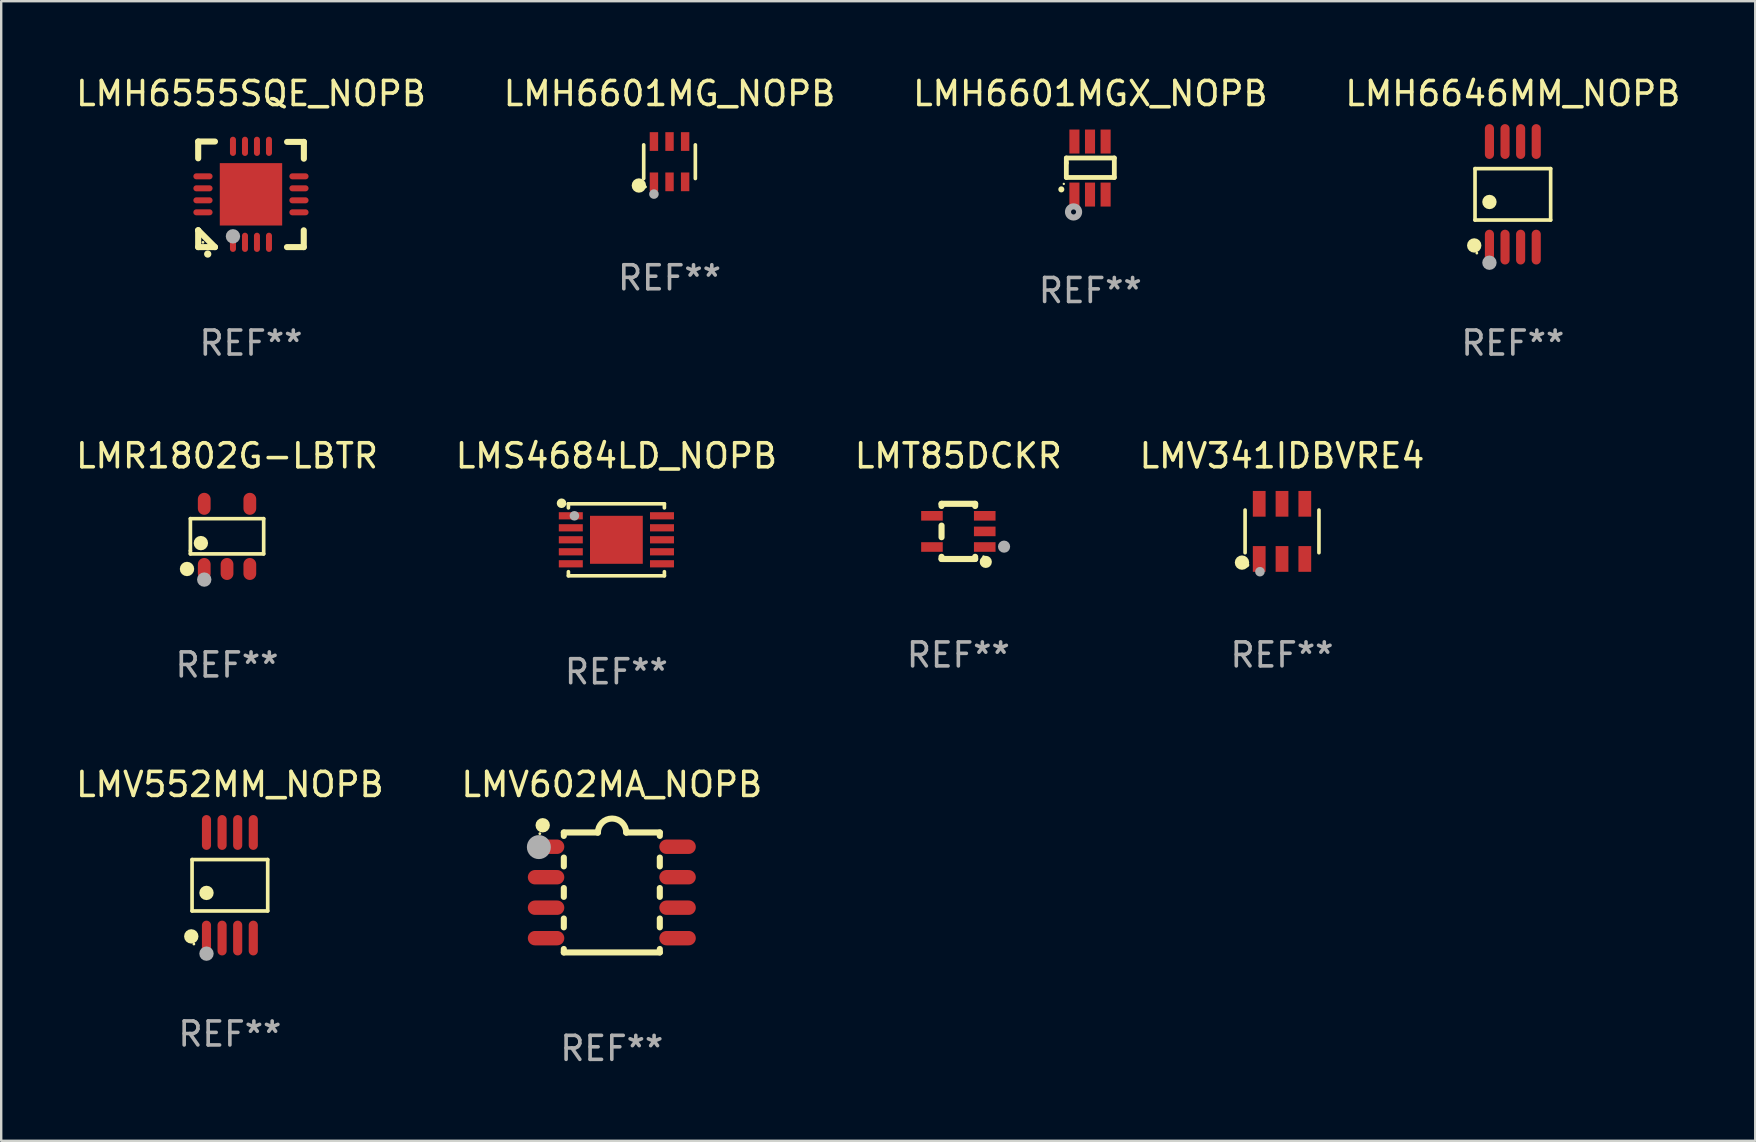
<source format=kicad_pcb>
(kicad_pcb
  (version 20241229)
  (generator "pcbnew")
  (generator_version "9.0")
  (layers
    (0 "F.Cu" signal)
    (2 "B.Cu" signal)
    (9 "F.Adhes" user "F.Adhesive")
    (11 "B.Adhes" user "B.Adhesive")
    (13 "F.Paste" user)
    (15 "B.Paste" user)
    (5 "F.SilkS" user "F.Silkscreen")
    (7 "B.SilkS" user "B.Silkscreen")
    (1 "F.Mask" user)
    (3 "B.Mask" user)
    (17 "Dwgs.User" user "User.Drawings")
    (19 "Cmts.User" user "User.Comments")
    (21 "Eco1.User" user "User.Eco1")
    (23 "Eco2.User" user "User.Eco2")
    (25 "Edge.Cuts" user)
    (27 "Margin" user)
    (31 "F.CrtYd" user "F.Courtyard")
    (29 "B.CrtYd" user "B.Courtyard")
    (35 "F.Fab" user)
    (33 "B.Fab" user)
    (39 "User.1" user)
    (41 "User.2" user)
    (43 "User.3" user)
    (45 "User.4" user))
  (footprint "LMV602MA_NOPB"
    (layer "F.Cu")
    (at 22.446 34.141)
    (property "Reference" "LMV602MA_NOPB" (at 0 -4.5 0) (layer "F.SilkS") (effects (font (size 1 1) (thickness 0.15))))
    (attr through_hole)
    (fp_line (start -2 -2.5) (end -2 -2.356) (stroke (width 0.254) (type solid)) (layer "F.SilkS"))
    (fp_line (start -2 -1.454) (end -2 -1.086) (stroke (width 0.254) (type solid)) (layer "F.SilkS"))
    (fp_line (start -2 -0.184) (end -2 0.184) (stroke (width 0.254) (type solid)) (layer "F.SilkS"))
    (fp_line (start -2 1.086) (end -2 1.454) (stroke (width 0.254) (type solid)) (layer "F.SilkS"))
    (fp_line (start -2 2.356) (end -2 2.5) (stroke (width 0.254) (type solid)) (layer "F.SilkS"))
    (fp_line (start -0.58 -2.5) (end -2 -2.5) (stroke (width 0.254) (type solid)) (layer "F.SilkS"))
    (fp_line (start 2 -2.5) (end 0.6 -2.5) (stroke (width 0.254) (type solid)) (layer "F.SilkS"))
    (fp_line (start 2 -2.5) (end 2 -2.356) (stroke (width 0.254) (type solid)) (layer "F.SilkS"))
    (fp_line (start 2 -1.454) (end 2 -1.086) (stroke (width 0.254) (type solid)) (layer "F.SilkS"))
    (fp_line (start 2 -0.184) (end 2 0.184) (stroke (width 0.254) (type solid)) (layer "F.SilkS"))
    (fp_line (start 2 1.086) (end 2 1.454) (stroke (width 0.254) (type solid)) (layer "F.SilkS"))
    (fp_line (start 2 2.356) (end 2 2.5) (stroke (width 0.254) (type solid)) (layer "F.SilkS"))
    (fp_line (start 2 2.5) (end -2 2.5) (stroke (width 0.254) (type solid)) (layer "F.SilkS"))
    (fp_arc (start -0.579908 -2.489992) (mid 0.010097 -3.07831) (end 0.600102 -2.489992) (stroke (width 0.254001) (type solid)) (layer "F.SilkS"))
    (fp_circle (center -3 -2.45) (end -2.97 -2.45) (stroke (width 0.06) (type solid)) (fill no) (layer "F.SilkS"))
    (fp_circle (center -2.88 -2.8) (end -2.73 -2.8) (stroke (width 0.3) (type solid)) (fill no) (layer "F.SilkS"))
    (fp_circle (center -3.04 -1.89) (end -2.79 -1.89) (stroke (width 0.5) (type solid)) (fill no) (layer "F.Fab"))
    (fp_text user "REF**" (at 0 6.5 0) (layer "F.Fab") (effects (font (size 1 1) (thickness 0.15))))
    (pad "1" smd oval (at -2.74 -1.905 90) (size 0.6 1.52) (layers "F.Cu" "F.Mask" "F.Paste"))
    (pad "2" smd oval (at -2.74 -0.635 90) (size 0.6 1.52) (layers "F.Cu" "F.Mask" "F.Paste"))
    (pad "3" smd oval (at -2.74 0.635 90) (size 0.6 1.52) (layers "F.Cu" "F.Mask" "F.Paste"))
    (pad "4" smd oval (at -2.74 1.905 90) (size 0.6 1.52) (layers "F.Cu" "F.Mask" "F.Paste"))
    (pad "5" smd oval (at 2.74 1.905 90) (size 0.6 1.52) (layers "F.Cu" "F.Mask" "F.Paste"))
    (pad "6" smd oval (at 2.74 0.635 90) (size 0.6 1.52) (layers "F.Cu" "F.Mask" "F.Paste"))
    (pad "7" smd oval (at 2.74 -0.635 90) (size 0.6 1.52) (layers "F.Cu" "F.Mask" "F.Paste"))
    (pad "8" smd oval (at 2.74 -1.905 90) (size 0.6 1.52) (layers "F.Cu" "F.Mask" "F.Paste")))
  (footprint "LMV552MM_NOPB"
    (layer "F.Cu")
    (at 6.53 33.841)
    (property "Reference" "LMV552MM_NOPB" (at 0 -4.2 0) (layer "F.SilkS") (effects (font (size 1 1) (thickness 0.15))))
    (attr through_hole)
    (fp_line (start -1.576 -1.071) (end 1.576 -1.071) (stroke (width 0.152) (type solid)) (layer "F.SilkS"))
    (fp_line (start -1.576 1.071) (end -1.576 -1.071) (stroke (width 0.152) (type solid)) (layer "F.SilkS"))
    (fp_line (start 1.576 -1.071) (end 1.576 1.071) (stroke (width 0.152) (type solid)) (layer "F.SilkS"))
    (fp_line (start 1.576 1.071) (end -1.576 1.071) (stroke (width 0.152) (type solid)) (layer "F.SilkS"))
    (fp_circle (center -1.609 2.131) (end -1.459 2.131) (stroke (width 0.3) (type solid)) (fill no) (layer "F.SilkS"))
    (fp_circle (center -1.5 2.45) (end -1.47 2.45) (stroke (width 0.06) (type solid)) (fill no) (layer "F.SilkS"))
    (fp_circle (center -0.975 0.319) (end -0.825 0.319) (stroke (width 0.3) (type solid)) (fill no) (layer "F.SilkS"))
    (fp_circle (center -0.975 2.85) (end -0.825 2.85) (stroke (width 0.3) (type solid)) (fill no) (layer "F.Fab"))
    (fp_text user "REF**" (at 0 6.2 0) (layer "F.Fab") (effects (font (size 1 1) (thickness 0.15))))
    (pad "1" smd oval (at -0.975 2.2) (size 0.38 1.45) (layers "F.Cu" "F.Mask" "F.Paste"))
    (pad "2" smd oval (at -0.325 2.2) (size 0.38 1.45) (layers "F.Cu" "F.Mask" "F.Paste"))
    (pad "3" smd oval (at 0.325 2.2) (size 0.38 1.45) (layers "F.Cu" "F.Mask" "F.Paste"))
    (pad "4" smd oval (at 0.975 2.2) (size 0.38 1.45) (layers "F.Cu" "F.Mask" "F.Paste"))
    (pad "5" smd oval (at 0.975 -2.2) (size 0.38 1.45) (layers "F.Cu" "F.Mask" "F.Paste"))
    (pad "6" smd oval (at 0.325 -2.2) (size 0.38 1.45) (layers "F.Cu" "F.Mask" "F.Paste"))
    (pad "7" smd oval (at -0.325 -2.2) (size 0.38 1.45) (layers "F.Cu" "F.Mask" "F.Paste"))
    (pad "8" smd oval (at -0.975 -2.2) (size 0.38 1.45) (layers "F.Cu" "F.Mask" "F.Paste")))
  (footprint "LMH6601MGX_NOPB"
    (layer "F.Cu")
    (at 42.387 3.953)
    (property "Reference" "LMH6601MGX_NOPB" (at 0 -3.105 0) (layer "F.SilkS") (effects (font (size 1 1) (thickness 0.15))))
    (attr through_hole)
    (fp_line (start -1 -0.419) (end -1 -0.213) (stroke (width 0.2) (type solid)) (layer "F.SilkS"))
    (fp_line (start -1 -0.213) (end -1 0.393) (stroke (width 0.2) (type solid)) (layer "F.SilkS"))
    (fp_line (start -1 0.393) (end 1 0.393) (stroke (width 0.2) (type solid)) (layer "F.SilkS"))
    (fp_line (start 1 -0.419) (end -1 -0.419) (stroke (width 0.2) (type solid)) (layer "F.SilkS"))
    (fp_line (start 1 0.393) (end 1 -0.419) (stroke (width 0.2) (type solid)) (layer "F.SilkS"))
    (fp_arc (start -1.208509 0.890272) (mid -1.208515 0.889002) (end -1.208509 0.887732) (stroke (width 0.25) (type solid)) (layer "F.SilkS"))
    (fp_circle (center -1.105 0.66) (end -1.08 0.66) (stroke (width 0.05) (type solid)) (fill no) (layer "F.SilkS"))
    (fp_circle (center -0.699 1.829) (end -0.594 1.829) (stroke (width 0.254) (type solid)) (fill no) (layer "F.Fab"))
    (fp_text user "REF**" (at 0 5.105 0) (layer "F.Fab") (effects (font (size 1 1) (thickness 0.15))))
    (pad "1" smd rect (at -0.663 1.105) (size 0.42 1) (layers "F.Cu" "F.Mask" "F.Paste"))
    (pad "2" smd rect (at -0.013 1.105) (size 0.42 1) (layers "F.Cu" "F.Mask" "F.Paste"))
    (pad "3" smd rect (at 0.637 1.105) (size 0.42 1) (layers "F.Cu" "F.Mask" "F.Paste"))
    (pad "4" smd rect (at 0.637 -1.105 180) (size 0.42 1) (layers "F.Cu" "F.Mask" "F.Paste"))
    (pad "5" smd rect (at -0.013 -1.105 180) (size 0.42 1) (layers "F.Cu" "F.Mask" "F.Paste"))
    (pad "6" smd rect (at -0.663 -1.105 180) (size 0.42 1) (layers "F.Cu" "F.Mask" "F.Paste")))
  (footprint "LMT85DCKR"
    (layer "F.Cu")
    (at 36.887 19.095)
    (property "Reference" "LMT85DCKR" (at 0 -3.15 0) (layer "F.SilkS") (effects (font (size 1 1) (thickness 0.15))))
    (attr through_hole)
    (fp_line (start -0.7 -1.15) (end 0.7 -1.15) (stroke (width 0.254) (type solid)) (layer "F.SilkS"))
    (fp_line (start -0.7 -1.058) (end -0.7 -1.15) (stroke (width 0.254) (type solid)) (layer "F.SilkS"))
    (fp_line (start -0.7 0.242) (end -0.7 -0.242) (stroke (width 0.254) (type solid)) (layer "F.SilkS"))
    (fp_line (start -0.7 1.15) (end -0.7 1.058) (stroke (width 0.254) (type solid)) (layer "F.SilkS"))
    (fp_line (start -0.7 1.15) (end 0.7 1.15) (stroke (width 0.254) (type solid)) (layer "F.SilkS"))
    (fp_line (start 0.7 -1.058) (end 0.7 -1.15) (stroke (width 0.254) (type solid)) (layer "F.SilkS"))
    (fp_line (start 0.7 1.15) (end 0.7 1.058) (stroke (width 0.254) (type solid)) (layer "F.SilkS"))
    (fp_circle (center 1.053 1.052) (end 1.083 1.052) (stroke (width 0.06) (type solid)) (fill no) (layer "F.SilkS"))
    (fp_circle (center 1.143 1.27) (end 1.27 1.27) (stroke (width 0.254) (type solid)) (fill no) (layer "F.SilkS"))
    (fp_circle (center 1.905 0.635) (end 2.032 0.635) (stroke (width 0.254) (type solid)) (fill no) (layer "F.Fab"))
    (fp_text user "REF**" (at 0 5.15 0) (layer "F.Fab") (effects (font (size 1 1) (thickness 0.15))))
    (pad "1" smd rect (at 1.1 0.65 90) (size 0.4 0.9) (layers "F.Cu" "F.Mask" "F.Paste"))
    (pad "2" smd rect (at 1.1 0.000025 90) (size 0.4 0.9) (layers "F.Cu" "F.Mask" "F.Paste"))
    (pad "3" smd rect (at 1.1 -0.65 90) (size 0.4 0.9) (layers "F.Cu" "F.Mask" "F.Paste"))
    (pad "4" smd rect (at -1.1 -0.65 90) (size 0.4 0.9) (layers "F.Cu" "F.Mask" "F.Paste"))
    (pad "5" smd rect (at -1.1 0.65 90) (size 0.4 0.9) (layers "F.Cu" "F.Mask" "F.Paste")))
  (footprint "LMH6601MG_NOPB"
    (layer "F.Cu")
    (at 24.851 3.688)
    (property "Reference" "LMH6601MG_NOPB" (at 0 -2.84 0) (layer "F.SilkS") (effects (font (size 1 1) (thickness 0.15))))
    (attr through_hole)
    (fp_line (start -1.076 0.701) (end -1.076 -0.701) (stroke (width 0.152) (type solid)) (layer "F.SilkS"))
    (fp_line (start 1.076 0.701) (end 1.076 -0.701) (stroke (width 0.152) (type solid)) (layer "F.SilkS"))
    (fp_circle (center -1.277 0.992) (end -1.127 0.992) (stroke (width 0.3) (type solid)) (fill no) (layer "F.SilkS"))
    (fp_circle (center -1 1.05) (end -0.97 1.05) (stroke (width 0.06) (type solid)) (fill no) (layer "F.SilkS"))
    (fp_circle (center -0.65 1.35) (end -0.55 1.35) (stroke (width 0.2) (type solid)) (fill no) (layer "F.Fab"))
    (fp_text user "REF**" (at 0 4.84 0) (layer "F.Fab") (effects (font (size 1 1) (thickness 0.15))))
    (pad "1" smd rect (at -0.65 0.84) (size 0.35 0.78) (layers "F.Cu" "F.Mask" "F.Paste"))
    (pad "2" smd rect (at 0 0.84) (size 0.35 0.78) (layers "F.Cu" "F.Mask" "F.Paste"))
    (pad "3" smd rect (at 0.65 0.84) (size 0.35 0.78) (layers "F.Cu" "F.Mask" "F.Paste"))
    (pad "4" smd rect (at 0.65 -0.84) (size 0.35 0.78) (layers "F.Cu" "F.Mask" "F.Paste"))
    (pad "5" smd rect (at 0 -0.84) (size 0.35 0.78) (layers "F.Cu" "F.Mask" "F.Paste"))
    (pad "6" smd rect (at -0.65 -0.84) (size 0.35 0.78) (layers "F.Cu" "F.Mask" "F.Paste")))
  (footprint "LMH6646MM_NOPB"
    (layer "F.Cu")
    (at 59.994 5.048)
    (property "Reference" "LMH6646MM_NOPB" (at 0 -4.2 0) (layer "F.SilkS") (effects (font (size 1 1) (thickness 0.15))))
    (attr through_hole)
    (fp_line (start -1.576 -1.071) (end 1.576 -1.071) (stroke (width 0.152) (type solid)) (layer "F.SilkS"))
    (fp_line (start -1.576 1.071) (end -1.576 -1.071) (stroke (width 0.152) (type solid)) (layer "F.SilkS"))
    (fp_line (start 1.576 -1.071) (end 1.576 1.071) (stroke (width 0.152) (type solid)) (layer "F.SilkS"))
    (fp_line (start 1.576 1.071) (end -1.576 1.071) (stroke (width 0.152) (type solid)) (layer "F.SilkS"))
    (fp_circle (center -1.609 2.131) (end -1.459 2.131) (stroke (width 0.3) (type solid)) (fill no) (layer "F.SilkS"))
    (fp_circle (center -1.5 2.45) (end -1.47 2.45) (stroke (width 0.06) (type solid)) (fill no) (layer "F.SilkS"))
    (fp_circle (center -0.975 0.319) (end -0.825 0.319) (stroke (width 0.3) (type solid)) (fill no) (layer "F.SilkS"))
    (fp_circle (center -0.975 2.85) (end -0.825 2.85) (stroke (width 0.3) (type solid)) (fill no) (layer "F.Fab"))
    (fp_text user "REF**" (at 0 6.2 0) (layer "F.Fab") (effects (font (size 1 1) (thickness 0.15))))
    (pad "1" smd oval (at -0.975 2.2) (size 0.38 1.45) (layers "F.Cu" "F.Mask" "F.Paste"))
    (pad "2" smd oval (at -0.325 2.2) (size 0.38 1.45) (layers "F.Cu" "F.Mask" "F.Paste"))
    (pad "3" smd oval (at 0.325 2.2) (size 0.38 1.45) (layers "F.Cu" "F.Mask" "F.Paste"))
    (pad "4" smd oval (at 0.975 2.2) (size 0.38 1.45) (layers "F.Cu" "F.Mask" "F.Paste"))
    (pad "5" smd oval (at 0.975 -2.2) (size 0.38 1.45) (layers "F.Cu" "F.Mask" "F.Paste"))
    (pad "6" smd oval (at 0.325 -2.2) (size 0.38 1.45) (layers "F.Cu" "F.Mask" "F.Paste"))
    (pad "7" smd oval (at -0.325 -2.2) (size 0.38 1.45) (layers "F.Cu" "F.Mask" "F.Paste"))
    (pad "8" smd oval (at -0.975 -2.2) (size 0.38 1.45) (layers "F.Cu" "F.Mask" "F.Paste")))
  (footprint "LMV341IDBVRE4"
    (layer "F.Cu")
    (at 50.375 19.094)
    (property "Reference" "LMV341IDBVRE4" (at 0 -3.149 0) (layer "F.SilkS") (effects (font (size 1 1) (thickness 0.15))))
    (attr through_hole)
    (fp_line (start -1.539 0.889) (end -1.539 -0.889) (stroke (width 0.152) (type solid)) (layer "F.SilkS"))
    (fp_line (start 1.539 0.889) (end 1.539 -0.889) (stroke (width 0.152) (type solid)) (layer "F.SilkS"))
    (fp_circle (center -1.668 1.301) (end -1.518 1.301) (stroke (width 0.3) (type solid)) (fill no) (layer "F.SilkS"))
    (fp_circle (center -1.463 1.4) (end -1.413 1.4) (stroke (width 0.1) (type solid)) (fill no) (layer "F.SilkS"))
    (fp_circle (center -0.92 1.68) (end -0.82 1.68) (stroke (width 0.2) (type solid)) (fill no) (layer "F.Fab"))
    (fp_text user "REF**" (at 0 5.149 0) (layer "F.Fab") (effects (font (size 1 1) (thickness 0.15))))
    (pad "1" smd rect (at -0.95 1.149) (size 0.532 1.072) (layers "F.Cu" "F.Mask" "F.Paste"))
    (pad "2" smd rect (at 0 1.149) (size 0.532 1.072) (layers "F.Cu" "F.Mask" "F.Paste"))
    (pad "3" smd rect (at 0.95 1.149) (size 0.532 1.072) (layers "F.Cu" "F.Mask" "F.Paste"))
    (pad "4" smd rect (at 0.95 -1.149) (size 0.532 1.072) (layers "F.Cu" "F.Mask" "F.Paste"))
    (pad "5" smd rect (at 0 -1.149) (size 0.532 1.072) (layers "F.Cu" "F.Mask" "F.Paste"))
    (pad "6" smd rect (at -0.95 -1.149) (size 0.532 1.072) (layers "F.Cu" "F.Mask" "F.Paste")))
  (footprint "LMR1802G-LBTR"
    (layer "F.Cu")
    (at 6.411 19.303)
    (property "Reference" "LMR1802G-LBTR" (at 0 -3.358 0) (layer "F.SilkS") (effects (font (size 1 1) (thickness 0.15))))
    (attr through_hole)
    (fp_line (start -1.527 -0.739) (end 1.527 -0.739) (stroke (width 0.152) (type solid)) (layer "F.SilkS"))
    (fp_line (start -1.527 0.597) (end -1.527 -0.739) (stroke (width 0.152) (type solid)) (layer "F.SilkS"))
    (fp_line (start -1.527 0.729) (end -1.527 0.597) (stroke (width 0.152) (type solid)) (layer "F.SilkS"))
    (fp_line (start 1.527 -0.739) (end 1.527 0.729) (stroke (width 0.152) (type solid)) (layer "F.SilkS"))
    (fp_line (start 1.527 0.729) (end -1.527 0.729) (stroke (width 0.152) (type solid)) (layer "F.SilkS"))
    (fp_circle (center -1.668 1.358) (end -1.518 1.358) (stroke (width 0.3) (type solid)) (fill no) (layer "F.SilkS"))
    (fp_circle (center -1.45 1.4) (end -1.42 1.4) (stroke (width 0.06) (type solid)) (fill no) (layer "F.SilkS"))
    (fp_circle (center -1.09 0.28) (end -0.94 0.28) (stroke (width 0.3) (type solid)) (fill no) (layer "F.SilkS"))
    (fp_circle (center -0.95 1.8) (end -0.8 1.8) (stroke (width 0.3) (type solid)) (fill no) (layer "F.Fab"))
    (fp_text user "REF**" (at 0 5.358 0) (layer "F.Fab") (effects (font (size 1 1) (thickness 0.15))))
    (pad "1" smd oval (at -0.95 1.358) (size 0.532 0.916) (layers "F.Cu" "F.Mask" "F.Paste"))
    (pad "2" smd oval (at 0 1.358) (size 0.532 0.916) (layers "F.Cu" "F.Mask" "F.Paste"))
    (pad "3" smd oval (at 0.95 1.358) (size 0.532 0.916) (layers "F.Cu" "F.Mask" "F.Paste"))
    (pad "4" smd oval (at 0.95 -1.358) (size 0.532 0.916) (layers "F.Cu" "F.Mask" "F.Paste"))
    (pad "5" smd oval (at -0.95 -1.358) (size 0.532 0.916) (layers "F.Cu" "F.Mask" "F.Paste")))
  (footprint "LMS4684LD_NOPB"
    (layer "F.Cu")
    (at 22.637 19.445)
    (property "Reference" "LMS4684LD_NOPB" (at 0 -3.5 0) (layer "F.SilkS") (effects (font (size 1 1) (thickness 0.15))))
    (attr through_hole)
    (fp_line (start -2 -1.5) (end 2 -1.5) (stroke (width 0.152) (type solid)) (layer "F.SilkS"))
    (fp_line (start -2 -1.33) (end -2 -1.5) (stroke (width 0.152) (type solid)) (layer "F.SilkS"))
    (fp_line (start -2 1.5) (end -2 1.33) (stroke (width 0.152) (type solid)) (layer "F.SilkS"))
    (fp_line (start 2 -1.5) (end 2 -1.33) (stroke (width 0.152) (type solid)) (layer "F.SilkS"))
    (fp_line (start 2 1.33) (end 2 1.5) (stroke (width 0.152) (type solid)) (layer "F.SilkS"))
    (fp_line (start 2 1.5) (end -2 1.5) (stroke (width 0.152) (type solid)) (layer "F.SilkS"))
    (fp_circle (center -2.286 -1.524) (end -2.186 -1.524) (stroke (width 0.2) (type solid)) (fill no) (layer "F.SilkS"))
    (fp_circle (center -2 -1.5) (end -1.97 -1.5) (stroke (width 0.06) (type solid)) (fill no) (layer "F.SilkS"))
    (fp_circle (center -1.75 -1) (end -1.65 -1) (stroke (width 0.2) (type solid)) (fill no) (layer "F.Fab"))
    (fp_text user "REF**" (at 0 5.5 0) (layer "F.Fab") (effects (font (size 1 1) (thickness 0.15))))
    (pad "1" smd rect (at -1.9 -1 90) (size 0.3 1) (layers "F.Cu" "F.Mask" "F.Paste"))
    (pad "2" smd rect (at -1.9 -0.5 90) (size 0.3 1) (layers "F.Cu" "F.Mask" "F.Paste"))
    (pad "3" smd rect (at -1.9 0 90) (size 0.3 1) (layers "F.Cu" "F.Mask" "F.Paste"))
    (pad "4" smd rect (at -1.9 0.5 90) (size 0.3 1) (layers "F.Cu" "F.Mask" "F.Paste"))
    (pad "5" smd rect (at -1.9 1 90) (size 0.3 1) (layers "F.Cu" "F.Mask" "F.Paste"))
    (pad "6" smd rect (at 1.9 1 90) (size 0.3 1) (layers "F.Cu" "F.Mask" "F.Paste"))
    (pad "7" smd rect (at 1.9 0.5 90) (size 0.3 1) (layers "F.Cu" "F.Mask" "F.Paste"))
    (pad "8" smd rect (at 1.9 0 90) (size 0.3 1) (layers "F.Cu" "F.Mask" "F.Paste"))
    (pad "9" smd rect (at 1.9 -0.5 90) (size 0.3 1) (layers "F.Cu" "F.Mask" "F.Paste"))
    (pad "10" smd rect (at 1.9 -1 90) (size 0.3 1) (layers "F.Cu" "F.Mask" "F.Paste"))
    (pad "11" smd rect (at 0 0 90) (size 2 2.2) (layers "F.Cu" "F.Mask" "F.Paste")))
  (footprint "LMH6555SQE_NOPB"
    (layer "F.Cu")
    (at 7.411 5.048)
    (property "Reference" "LMH6555SQE_NOPB" (at 0 -4.2 0) (layer "F.SilkS") (effects (font (size 1 1) (thickness 0.15))))
    (attr through_hole)
    (fp_line (start -2.202 -2.2) (end -2.202 -1.5) (stroke (width 0.254) (type solid)) (layer "F.SilkS"))
    (fp_line (start -2.202 1.5) (end -2.202 1.5) (stroke (width 0.254) (type solid)) (layer "F.SilkS"))
    (fp_line (start -2.202 1.5) (end -1.503 2.2) (stroke (width 0.254) (type solid)) (layer "F.SilkS"))
    (fp_line (start -2.202 2.2) (end -2.202 1.5) (stroke (width 0.254) (type solid)) (layer "F.SilkS"))
    (fp_line (start -1.503 -2.2) (end -2.202 -2.2) (stroke (width 0.254) (type solid)) (layer "F.SilkS"))
    (fp_line (start -1.503 2.2) (end -2.202 2.2) (stroke (width 0.254) (type solid)) (layer "F.SilkS"))
    (fp_line (start 1.498 2.2) (end 2.197 2.2) (stroke (width 0.254) (type solid)) (layer "F.SilkS"))
    (fp_line (start 2.197 2.2) (end 2.197 1.5) (stroke (width 0.254) (type solid)) (layer "F.SilkS"))
    (fp_line (start 2.202 -2.185) (end 1.503 -2.185) (stroke (width 0.254) (type solid)) (layer "F.SilkS"))
    (fp_line (start 2.202 -1.485) (end 2.202 -2.185) (stroke (width 0.254) (type solid)) (layer "F.SilkS"))
    (fp_arc (start -1.805944 2.489205) (mid -1.804674 2.4892) (end -1.803404 2.489205) (stroke (width 0.3) (type solid)) (layer "F.SilkS"))
    (fp_circle (center -2.003 2) (end -1.973 2) (stroke (width 0.06) (type solid)) (fill no) (layer "F.SilkS"))
    (fp_circle (center -0.753 1.75) (end -0.603 1.75) (stroke (width 0.3) (type solid)) (fill no) (layer "F.Fab"))
    (fp_text user "REF**" (at 0 6.2 0) (layer "F.Fab") (effects (font (size 1 1) (thickness 0.15))))
    (pad "1" smd oval (at -0.753 2) (size 0.25 0.8) (layers "F.Cu" "F.Mask" "F.Paste"))
    (pad "2" smd oval (at -0.252 2) (size 0.25 0.8) (layers "F.Cu" "F.Mask" "F.Paste"))
    (pad "3" smd oval (at 0.247 2) (size 0.25 0.8) (layers "F.Cu" "F.Mask" "F.Paste"))
    (pad "4" smd oval (at 0.748 2) (size 0.25 0.8) (layers "F.Cu" "F.Mask" "F.Paste"))
    (pad "5" smd oval (at 1.997 0.75 90) (size 0.25 0.8) (layers "F.Cu" "F.Mask" "F.Paste"))
    (pad "6" smd oval (at 1.997 0.25 90) (size 0.25 0.8) (layers "F.Cu" "F.Mask" "F.Paste"))
    (pad "7" smd oval (at 1.997 -0.25 90) (size 0.25 0.8) (layers "F.Cu" "F.Mask" "F.Paste"))
    (pad "8" smd oval (at 1.997 -0.75 90) (size 0.25 0.8) (layers "F.Cu" "F.Mask" "F.Paste"))
    (pad "9" smd oval (at 0.748 -2) (size 0.25 0.8) (layers "F.Cu" "F.Mask" "F.Paste"))
    (pad "10" smd oval (at 0.247 -2) (size 0.25 0.8) (layers "F.Cu" "F.Mask" "F.Paste"))
    (pad "11" smd oval (at -0.252 -2) (size 0.25 0.8) (layers "F.Cu" "F.Mask" "F.Paste"))
    (pad "12" smd oval (at -0.753 -2) (size 0.25 0.8) (layers "F.Cu" "F.Mask" "F.Paste"))
    (pad "13" smd oval (at -2.003 -0.75 90) (size 0.25 0.8) (layers "F.Cu" "F.Mask" "F.Paste"))
    (pad "14" smd oval (at -2.003 -0.25 90) (size 0.25 0.8) (layers "F.Cu" "F.Mask" "F.Paste"))
    (pad "15" smd oval (at -2.003 0.25 90) (size 0.25 0.8) (layers "F.Cu" "F.Mask" "F.Paste"))
    (pad "16" smd oval (at -2.003 0.75 90) (size 0.25 0.8) (layers "F.Cu" "F.Mask" "F.Paste"))
    (pad "17" smd rect (at -0.002 0.000025 90) (size 2.6 2.6) (layers "F.Cu" "F.Mask" "F.Paste")))
  (gr_rect
    (start -3 -3)
    (end 70.095 44.489)
    (stroke (width 0.1) (type default))
    (fill no)
    (layer "Edge.Cuts")))
</source>
